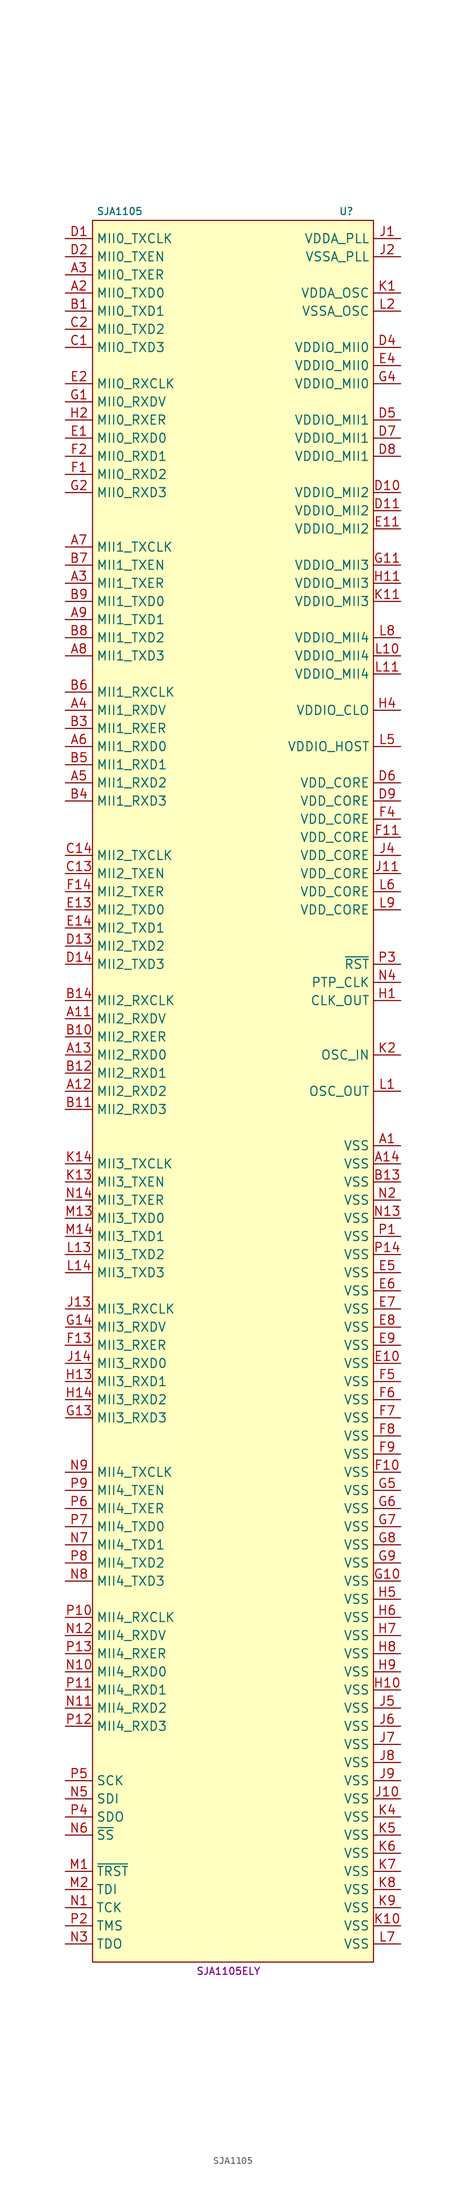
<source format=kicad_sym>
(kicad_symbol_lib
  (version 20220914)
  (generator kicad_symbol_editor)
  (symbol "SJA1105"
    (property "Reference" "U"
      (at 16.51 129.54 0)
      (effects (font (size 0.991 0.991))))
    (property "Value" "SJA1105"
      (at -15.24 129.54 0)
      (effects (font (size 0.991 0.991))))
    (property "MPN" "SJA1105ELY"
      (at 0 -116.84 0)
      (effects (font (size 0.991 0.991))))
    (symbol "SJA1105_0_1"
      (rectangle (start -19.05 128.27) (end 20.32 -115.57) (stroke (width 0) (type default)) (fill (type background))))
    (symbol "SJA1105_1_1"
      (pin power_in line (at 24.13 -1.27 180) (length 3.81) (name "VSS" (effects (font (size 1.27 1.27)))) (number "A1" (effects (font (size 1.27 1.27)))))
      (pin input line (at -22.86 16.51 0) (length 3.81) (name "MII2_RXDV" (effects (font (size 1.27 1.27)))) (number "A11" (effects (font (size 1.27 1.27)))))
      (pin input line (at -22.86 6.35 0) (length 3.81) (name "MII2_RXD2" (effects (font (size 1.27 1.27)))) (number "A12" (effects (font (size 1.27 1.27)))))
      (pin input line (at -22.86 11.43 0) (length 3.81) (name "MII2_RXD0" (effects (font (size 1.27 1.27)))) (number "A13" (effects (font (size 1.27 1.27)))))
      (pin power_in line (at 24.13 -3.81 180) (length 3.81) (name "VSS" (effects (font (size 1.27 1.27)))) (number "A14" (effects (font (size 1.27 1.27)))))
      (pin output line (at -22.86 118.11 0) (length 3.81) (name "MII0_TXD0" (effects (font (size 1.27 1.27)))) (number "A2" (effects (font (size 1.27 1.27)))))
      (pin output line (at -22.86 120.65 0) (length 3.81) (name "MII0_TXER" (effects (font (size 1.27 1.27)))) (number "A3" (effects (font (size 1.27 1.27)))))
      (pin output line (at -22.86 77.47 0) (length 3.81) (name "MII1_TXER" (effects (font (size 1.27 1.27)))) (number "A3" (effects (font (size 1.27 1.27)))))
      (pin input line (at -22.86 59.69 0) (length 3.81) (name "MII1_RXDV" (effects (font (size 1.27 1.27)))) (number "A4" (effects (font (size 1.27 1.27)))))
      (pin input line (at -22.86 49.53 0) (length 3.81) (name "MII1_RXD2" (effects (font (size 1.27 1.27)))) (number "A5" (effects (font (size 1.27 1.27)))))
      (pin input line (at -22.86 54.61 0) (length 3.81) (name "MII1_RXD0" (effects (font (size 1.27 1.27)))) (number "A6" (effects (font (size 1.27 1.27)))))
      (pin bidirectional line (at -22.86 82.55 0) (length 3.81) (name "MII1_TXCLK" (effects (font (size 1.27 1.27)))) (number "A7" (effects (font (size 1.27 1.27)))))
      (pin output line (at -22.86 67.31 0) (length 3.81) (name "MII1_TXD3" (effects (font (size 1.27 1.27)))) (number "A8" (effects (font (size 1.27 1.27)))))
      (pin output line (at -22.86 72.39 0) (length 3.81) (name "MII1_TXD1" (effects (font (size 1.27 1.27)))) (number "A9" (effects (font (size 1.27 1.27)))))
      (pin output line (at -22.86 115.57 0) (length 3.81) (name "MII0_TXD1" (effects (font (size 1.27 1.27)))) (number "B1" (effects (font (size 1.27 1.27)))))
      (pin input line (at -22.86 13.97 0) (length 3.81) (name "MII2_RXER" (effects (font (size 1.27 1.27)))) (number "B10" (effects (font (size 1.27 1.27)))))
      (pin input line (at -22.86 3.81 0) (length 3.81) (name "MII2_RXD3" (effects (font (size 1.27 1.27)))) (number "B11" (effects (font (size 1.27 1.27)))))
      (pin input line (at -22.86 8.89 0) (length 3.81) (name "MII2_RXD1" (effects (font (size 1.27 1.27)))) (number "B12" (effects (font (size 1.27 1.27)))))
      (pin power_in line (at 24.13 -6.35 180) (length 3.81) (name "VSS" (effects (font (size 1.27 1.27)))) (number "B13" (effects (font (size 1.27 1.27)))))
      (pin bidirectional line (at -22.86 19.05 0) (length 3.81) (name "MII2_RXCLK" (effects (font (size 1.27 1.27)))) (number "B14" (effects (font (size 1.27 1.27)))))
      (pin input line (at -22.86 57.15 0) (length 3.81) (name "MII1_RXER" (effects (font (size 1.27 1.27)))) (number "B3" (effects (font (size 1.27 1.27)))))
      (pin input line (at -22.86 46.99 0) (length 3.81) (name "MII1_RXD3" (effects (font (size 1.27 1.27)))) (number "B4" (effects (font (size 1.27 1.27)))))
      (pin input line (at -22.86 52.07 0) (length 3.81) (name "MII1_RXD1" (effects (font (size 1.27 1.27)))) (number "B5" (effects (font (size 1.27 1.27)))))
      (pin bidirectional line (at -22.86 62.23 0) (length 3.81) (name "MII1_RXCLK" (effects (font (size 1.27 1.27)))) (number "B6" (effects (font (size 1.27 1.27)))))
      (pin bidirectional line (at -22.86 80.01 0) (length 3.81) (name "MII1_TXEN" (effects (font (size 1.27 1.27)))) (number "B7" (effects (font (size 1.27 1.27)))))
      (pin output line (at -22.86 69.85 0) (length 3.81) (name "MII1_TXD2" (effects (font (size 1.27 1.27)))) (number "B8" (effects (font (size 1.27 1.27)))))
      (pin output line (at -22.86 74.93 0) (length 3.81) (name "MII1_TXD0" (effects (font (size 1.27 1.27)))) (number "B9" (effects (font (size 1.27 1.27)))))
      (pin output line (at -22.86 110.49 0) (length 3.81) (name "MII0_TXD3" (effects (font (size 1.27 1.27)))) (number "C1" (effects (font (size 1.27 1.27)))))
      (pin bidirectional line (at -22.86 36.83 0) (length 3.81) (name "MII2_TXEN" (effects (font (size 1.27 1.27)))) (number "C13" (effects (font (size 1.27 1.27)))))
      (pin bidirectional line (at -22.86 39.37 0) (length 3.81) (name "MII2_TXCLK" (effects (font (size 1.27 1.27)))) (number "C14" (effects (font (size 1.27 1.27)))))
      (pin output line (at -22.86 113.03 0) (length 3.81) (name "MII0_TXD2" (effects (font (size 1.27 1.27)))) (number "C2" (effects (font (size 1.27 1.27)))))
      (pin bidirectional line (at -22.86 125.73 0) (length 3.81) (name "MII0_TXCLK" (effects (font (size 1.27 1.27)))) (number "D1" (effects (font (size 1.27 1.27)))))
      (pin power_in line (at 24.13 90.17 180) (length 3.81) (name "VDDIO_MII2" (effects (font (size 1.27 1.27)))) (number "D10" (effects (font (size 1.27 1.27)))))
      (pin power_in line (at 24.13 87.63 180) (length 3.81) (name "VDDIO_MII2" (effects (font (size 1.27 1.27)))) (number "D11" (effects (font (size 1.27 1.27)))))
      (pin output line (at -22.86 26.67 0) (length 3.81) (name "MII2_TXD2" (effects (font (size 1.27 1.27)))) (number "D13" (effects (font (size 1.27 1.27)))))
      (pin output line (at -22.86 24.13 0) (length 3.81) (name "MII2_TXD3" (effects (font (size 1.27 1.27)))) (number "D14" (effects (font (size 1.27 1.27)))))
      (pin bidirectional line (at -22.86 123.19 0) (length 3.81) (name "MII0_TXEN" (effects (font (size 1.27 1.27)))) (number "D2" (effects (font (size 1.27 1.27)))))
      (pin power_in line (at 24.13 110.49 180) (length 3.81) (name "VDDIO_MII0" (effects (font (size 1.27 1.27)))) (number "D4" (effects (font (size 1.27 1.27)))))
      (pin power_in line (at 24.13 100.33 180) (length 3.81) (name "VDDIO_MII1" (effects (font (size 1.27 1.27)))) (number "D5" (effects (font (size 1.27 1.27)))))
      (pin power_in line (at 24.13 49.53 180) (length 3.81) (name "VDD_CORE" (effects (font (size 1.27 1.27)))) (number "D6" (effects (font (size 1.27 1.27)))))
      (pin power_in line (at 24.13 97.79 180) (length 3.81) (name "VDDIO_MII1" (effects (font (size 1.27 1.27)))) (number "D7" (effects (font (size 1.27 1.27)))))
      (pin power_in line (at 24.13 95.25 180) (length 3.81) (name "VDDIO_MII1" (effects (font (size 1.27 1.27)))) (number "D8" (effects (font (size 1.27 1.27)))))
      (pin power_in line (at 24.13 46.99 180) (length 3.81) (name "VDD_CORE" (effects (font (size 1.27 1.27)))) (number "D9" (effects (font (size 1.27 1.27)))))
      (pin input line (at -22.86 97.79 0) (length 3.81) (name "MII0_RXD0" (effects (font (size 1.27 1.27)))) (number "E1" (effects (font (size 1.27 1.27)))))
      (pin power_in line (at 24.13 -31.75 180) (length 3.81) (name "VSS" (effects (font (size 1.27 1.27)))) (number "E10" (effects (font (size 1.27 1.27)))))
      (pin power_in line (at 24.13 85.09 180) (length 3.81) (name "VDDIO_MII2" (effects (font (size 1.27 1.27)))) (number "E11" (effects (font (size 1.27 1.27)))))
      (pin output line (at -22.86 31.75 0) (length 3.81) (name "MII2_TXD0" (effects (font (size 1.27 1.27)))) (number "E13" (effects (font (size 1.27 1.27)))))
      (pin output line (at -22.86 29.21 0) (length 3.81) (name "MII2_TXD1" (effects (font (size 1.27 1.27)))) (number "E14" (effects (font (size 1.27 1.27)))))
      (pin bidirectional line (at -22.86 105.41 0) (length 3.81) (name "MII0_RXCLK" (effects (font (size 1.27 1.27)))) (number "E2" (effects (font (size 1.27 1.27)))))
      (pin power_in line (at 24.13 107.95 180) (length 3.81) (name "VDDIO_MII0" (effects (font (size 1.27 1.27)))) (number "E4" (effects (font (size 1.27 1.27)))))
      (pin power_in line (at 24.13 -19.05 180) (length 3.81) (name "VSS" (effects (font (size 1.27 1.27)))) (number "E5" (effects (font (size 1.27 1.27)))))
      (pin power_in line (at 24.13 -21.59 180) (length 3.81) (name "VSS" (effects (font (size 1.27 1.27)))) (number "E6" (effects (font (size 1.27 1.27)))))
      (pin power_in line (at 24.13 -24.13 180) (length 3.81) (name "VSS" (effects (font (size 1.27 1.27)))) (number "E7" (effects (font (size 1.27 1.27)))))
      (pin power_in line (at 24.13 -26.67 180) (length 3.81) (name "VSS" (effects (font (size 1.27 1.27)))) (number "E8" (effects (font (size 1.27 1.27)))))
      (pin power_in line (at 24.13 -29.21 180) (length 3.81) (name "VSS" (effects (font (size 1.27 1.27)))) (number "E9" (effects (font (size 1.27 1.27)))))
      (pin input line (at -22.86 92.71 0) (length 3.81) (name "MII0_RXD2" (effects (font (size 1.27 1.27)))) (number "F1" (effects (font (size 1.27 1.27)))))
      (pin power_in line (at 24.13 -46.99 180) (length 3.81) (name "VSS" (effects (font (size 1.27 1.27)))) (number "F10" (effects (font (size 1.27 1.27)))))
      (pin power_in line (at 24.13 41.91 180) (length 3.81) (name "VDD_CORE" (effects (font (size 1.27 1.27)))) (number "F11" (effects (font (size 1.27 1.27)))))
      (pin input line (at -22.86 -29.21 0) (length 3.81) (name "MII3_RXER" (effects (font (size 1.27 1.27)))) (number "F13" (effects (font (size 1.27 1.27)))))
      (pin output line (at -22.86 34.29 0) (length 3.81) (name "MII2_TXER" (effects (font (size 1.27 1.27)))) (number "F14" (effects (font (size 1.27 1.27)))))
      (pin input line (at -22.86 95.25 0) (length 3.81) (name "MII0_RXD1" (effects (font (size 1.27 1.27)))) (number "F2" (effects (font (size 1.27 1.27)))))
      (pin power_in line (at 24.13 44.45 180) (length 3.81) (name "VDD_CORE" (effects (font (size 1.27 1.27)))) (number "F4" (effects (font (size 1.27 1.27)))))
      (pin power_in line (at 24.13 -34.29 180) (length 3.81) (name "VSS" (effects (font (size 1.27 1.27)))) (number "F5" (effects (font (size 1.27 1.27)))))
      (pin power_in line (at 24.13 -36.83 180) (length 3.81) (name "VSS" (effects (font (size 1.27 1.27)))) (number "F6" (effects (font (size 1.27 1.27)))))
      (pin power_in line (at 24.13 -39.37 180) (length 3.81) (name "VSS" (effects (font (size 1.27 1.27)))) (number "F7" (effects (font (size 1.27 1.27)))))
      (pin power_in line (at 24.13 -41.91 180) (length 3.81) (name "VSS" (effects (font (size 1.27 1.27)))) (number "F8" (effects (font (size 1.27 1.27)))))
      (pin power_in line (at 24.13 -44.45 180) (length 3.81) (name "VSS" (effects (font (size 1.27 1.27)))) (number "F9" (effects (font (size 1.27 1.27)))))
      (pin input line (at -22.86 102.87 0) (length 3.81) (name "MII0_RXDV" (effects (font (size 1.27 1.27)))) (number "G1" (effects (font (size 1.27 1.27)))))
      (pin power_in line (at 24.13 -62.23 180) (length 3.81) (name "VSS" (effects (font (size 1.27 1.27)))) (number "G10" (effects (font (size 1.27 1.27)))))
      (pin power_in line (at 24.13 80.01 180) (length 3.81) (name "VDDIO_MII3" (effects (font (size 1.27 1.27)))) (number "G11" (effects (font (size 1.27 1.27)))))
      (pin input line (at -22.86 -39.37 0) (length 3.81) (name "MII3_RXD3" (effects (font (size 1.27 1.27)))) (number "G13" (effects (font (size 1.27 1.27)))))
      (pin input line (at -22.86 -26.67 0) (length 3.81) (name "MII3_RXDV" (effects (font (size 1.27 1.27)))) (number "G14" (effects (font (size 1.27 1.27)))))
      (pin input line (at -22.86 90.17 0) (length 3.81) (name "MII0_RXD3" (effects (font (size 1.27 1.27)))) (number "G2" (effects (font (size 1.27 1.27)))))
      (pin power_in line (at 24.13 105.41 180) (length 3.81) (name "VDDIO_MII0" (effects (font (size 1.27 1.27)))) (number "G4" (effects (font (size 1.27 1.27)))))
      (pin power_in line (at 24.13 -49.53 180) (length 3.81) (name "VSS" (effects (font (size 1.27 1.27)))) (number "G5" (effects (font (size 1.27 1.27)))))
      (pin power_in line (at 24.13 -52.07 180) (length 3.81) (name "VSS" (effects (font (size 1.27 1.27)))) (number "G6" (effects (font (size 1.27 1.27)))))
      (pin power_in line (at 24.13 -54.61 180) (length 3.81) (name "VSS" (effects (font (size 1.27 1.27)))) (number "G7" (effects (font (size 1.27 1.27)))))
      (pin power_in line (at 24.13 -57.15 180) (length 3.81) (name "VSS" (effects (font (size 1.27 1.27)))) (number "G8" (effects (font (size 1.27 1.27)))))
      (pin power_in line (at 24.13 -59.69 180) (length 3.81) (name "VSS" (effects (font (size 1.27 1.27)))) (number "G9" (effects (font (size 1.27 1.27)))))
      (pin output line (at 24.13 19.05 180) (length 3.81) (name "CLK_OUT" (effects (font (size 1.27 1.27)))) (number "H1" (effects (font (size 1.27 1.27)))))
      (pin power_in line (at 24.13 -77.47 180) (length 3.81) (name "VSS" (effects (font (size 1.27 1.27)))) (number "H10" (effects (font (size 1.27 1.27)))))
      (pin power_in line (at 24.13 77.47 180) (length 3.81) (name "VDDIO_MII3" (effects (font (size 1.27 1.27)))) (number "H11" (effects (font (size 1.27 1.27)))))
      (pin input line (at -22.86 -34.29 0) (length 3.81) (name "MII3_RXD1" (effects (font (size 1.27 1.27)))) (number "H13" (effects (font (size 1.27 1.27)))))
      (pin input line (at -22.86 -36.83 0) (length 3.81) (name "MII3_RXD2" (effects (font (size 1.27 1.27)))) (number "H14" (effects (font (size 1.27 1.27)))))
      (pin input line (at -22.86 100.33 0) (length 3.81) (name "MII0_RXER" (effects (font (size 1.27 1.27)))) (number "H2" (effects (font (size 1.27 1.27)))))
      (pin power_in line (at 24.13 59.69 180) (length 3.81) (name "VDDIO_CLO" (effects (font (size 1.27 1.27)))) (number "H4" (effects (font (size 1.27 1.27)))))
      (pin power_in line (at 24.13 -64.77 180) (length 3.81) (name "VSS" (effects (font (size 1.27 1.27)))) (number "H5" (effects (font (size 1.27 1.27)))))
      (pin power_in line (at 24.13 -67.31 180) (length 3.81) (name "VSS" (effects (font (size 1.27 1.27)))) (number "H6" (effects (font (size 1.27 1.27)))))
      (pin power_in line (at 24.13 -69.85 180) (length 3.81) (name "VSS" (effects (font (size 1.27 1.27)))) (number "H7" (effects (font (size 1.27 1.27)))))
      (pin power_in line (at 24.13 -72.39 180) (length 3.81) (name "VSS" (effects (font (size 1.27 1.27)))) (number "H8" (effects (font (size 1.27 1.27)))))
      (pin power_in line (at 24.13 -74.93 180) (length 3.81) (name "VSS" (effects (font (size 1.27 1.27)))) (number "H9" (effects (font (size 1.27 1.27)))))
      (pin power_in line (at 24.13 125.73 180) (length 3.81) (name "VDDA_PLL" (effects (font (size 1.27 1.27)))) (number "J1" (effects (font (size 1.27 1.27)))))
      (pin power_in line (at 24.13 -92.71 180) (length 3.81) (name "VSS" (effects (font (size 1.27 1.27)))) (number "J10" (effects (font (size 1.27 1.27)))))
      (pin power_in line (at 24.13 36.83 180) (length 3.81) (name "VDD_CORE" (effects (font (size 1.27 1.27)))) (number "J11" (effects (font (size 1.27 1.27)))))
      (pin bidirectional line (at -22.86 -24.13 0) (length 3.81) (name "MII3_RXCLK" (effects (font (size 1.27 1.27)))) (number "J13" (effects (font (size 1.27 1.27)))))
      (pin input line (at -22.86 -31.75 0) (length 3.81) (name "MII3_RXD0" (effects (font (size 1.27 1.27)))) (number "J14" (effects (font (size 1.27 1.27)))))
      (pin power_in line (at 24.13 123.19 180) (length 3.81) (name "VSSA_PLL" (effects (font (size 1.27 1.27)))) (number "J2" (effects (font (size 1.27 1.27)))))
      (pin power_in line (at 24.13 39.37 180) (length 3.81) (name "VDD_CORE" (effects (font (size 1.27 1.27)))) (number "J4" (effects (font (size 1.27 1.27)))))
      (pin power_in line (at 24.13 -80.01 180) (length 3.81) (name "VSS" (effects (font (size 1.27 1.27)))) (number "J5" (effects (font (size 1.27 1.27)))))
      (pin power_in line (at 24.13 -82.55 180) (length 3.81) (name "VSS" (effects (font (size 1.27 1.27)))) (number "J6" (effects (font (size 1.27 1.27)))))
      (pin power_in line (at 24.13 -85.09 180) (length 3.81) (name "VSS" (effects (font (size 1.27 1.27)))) (number "J7" (effects (font (size 1.27 1.27)))))
      (pin power_in line (at 24.13 -87.63 180) (length 3.81) (name "VSS" (effects (font (size 1.27 1.27)))) (number "J8" (effects (font (size 1.27 1.27)))))
      (pin power_in line (at 24.13 -90.17 180) (length 3.81) (name "VSS" (effects (font (size 1.27 1.27)))) (number "J9" (effects (font (size 1.27 1.27)))))
      (pin power_in line (at 24.13 118.11 180) (length 3.81) (name "VDDA_OSC" (effects (font (size 1.27 1.27)))) (number "K1" (effects (font (size 1.27 1.27)))))
      (pin power_in line (at 24.13 -110.49 180) (length 3.81) (name "VSS" (effects (font (size 1.27 1.27)))) (number "K10" (effects (font (size 1.27 1.27)))))
      (pin power_in line (at 24.13 74.93 180) (length 3.81) (name "VDDIO_MII3" (effects (font (size 1.27 1.27)))) (number "K11" (effects (font (size 1.27 1.27)))))
      (pin bidirectional line (at -22.86 -6.35 0) (length 3.81) (name "MII3_TXEN" (effects (font (size 1.27 1.27)))) (number "K13" (effects (font (size 1.27 1.27)))))
      (pin bidirectional line (at -22.86 -3.81 0) (length 3.81) (name "MII3_TXCLK" (effects (font (size 1.27 1.27)))) (number "K14" (effects (font (size 1.27 1.27)))))
      (pin input line (at 24.13 11.43 180) (length 3.81) (name "OSC_IN" (effects (font (size 1.27 1.27)))) (number "K2" (effects (font (size 1.27 1.27)))))
      (pin power_in line (at 24.13 -95.25 180) (length 3.81) (name "VSS" (effects (font (size 1.27 1.27)))) (number "K4" (effects (font (size 1.27 1.27)))))
      (pin power_in line (at 24.13 -97.79 180) (length 3.81) (name "VSS" (effects (font (size 1.27 1.27)))) (number "K5" (effects (font (size 1.27 1.27)))))
      (pin power_in line (at 24.13 -100.33 180) (length 3.81) (name "VSS" (effects (font (size 1.27 1.27)))) (number "K6" (effects (font (size 1.27 1.27)))))
      (pin power_in line (at 24.13 -102.87 180) (length 3.81) (name "VSS" (effects (font (size 1.27 1.27)))) (number "K7" (effects (font (size 1.27 1.27)))))
      (pin power_in line (at 24.13 -105.41 180) (length 3.81) (name "VSS" (effects (font (size 1.27 1.27)))) (number "K8" (effects (font (size 1.27 1.27)))))
      (pin power_in line (at 24.13 -107.95 180) (length 3.81) (name "VSS" (effects (font (size 1.27 1.27)))) (number "K9" (effects (font (size 1.27 1.27)))))
      (pin output line (at 24.13 6.35 180) (length 3.81) (name "OSC_OUT" (effects (font (size 1.27 1.27)))) (number "L1" (effects (font (size 1.27 1.27)))))
      (pin power_in line (at 24.13 67.31 180) (length 3.81) (name "VDDIO_MII4" (effects (font (size 1.27 1.27)))) (number "L10" (effects (font (size 1.27 1.27)))))
      (pin power_in line (at 24.13 64.77 180) (length 3.81) (name "VDDIO_MII4" (effects (font (size 1.27 1.27)))) (number "L11" (effects (font (size 1.27 1.27)))))
      (pin output line (at -22.86 -16.51 0) (length 3.81) (name "MII3_TXD2" (effects (font (size 1.27 1.27)))) (number "L13" (effects (font (size 1.27 1.27)))))
      (pin output line (at -22.86 -19.05 0) (length 3.81) (name "MII3_TXD3" (effects (font (size 1.27 1.27)))) (number "L14" (effects (font (size 1.27 1.27)))))
      (pin power_in line (at 24.13 115.57 180) (length 3.81) (name "VSSA_OSC" (effects (font (size 1.27 1.27)))) (number "L2" (effects (font (size 1.27 1.27)))))
      (pin power_in line (at 24.13 54.61 180) (length 3.81) (name "VDDIO_HOST" (effects (font (size 1.27 1.27)))) (number "L5" (effects (font (size 1.27 1.27)))))
      (pin power_in line (at 24.13 34.29 180) (length 3.81) (name "VDD_CORE" (effects (font (size 1.27 1.27)))) (number "L6" (effects (font (size 1.27 1.27)))))
      (pin power_in line (at 24.13 -113.03 180) (length 3.81) (name "VSS" (effects (font (size 1.27 1.27)))) (number "L7" (effects (font (size 1.27 1.27)))))
      (pin power_in line (at 24.13 69.85 180) (length 3.81) (name "VDDIO_MII4" (effects (font (size 1.27 1.27)))) (number "L8" (effects (font (size 1.27 1.27)))))
      (pin power_in line (at 24.13 31.75 180) (length 3.81) (name "VDD_CORE" (effects (font (size 1.27 1.27)))) (number "L9" (effects (font (size 1.27 1.27)))))
      (pin input line (at -22.86 -102.87 0) (length 3.81) (name "~{TRST}" (effects (font (size 1.27 1.27)))) (number "M1" (effects (font (size 1.27 1.27)))))
      (pin output line (at -22.86 -11.43 0) (length 3.81) (name "MII3_TXD0" (effects (font (size 1.27 1.27)))) (number "M13" (effects (font (size 1.27 1.27)))))
      (pin output line (at -22.86 -13.97 0) (length 3.81) (name "MII3_TXD1" (effects (font (size 1.27 1.27)))) (number "M14" (effects (font (size 1.27 1.27)))))
      (pin input line (at -22.86 -105.41 0) (length 3.81) (name "TDI" (effects (font (size 1.27 1.27)))) (number "M2" (effects (font (size 1.27 1.27)))))
      (pin input line (at -22.86 -107.95 0) (length 3.81) (name "TCK" (effects (font (size 1.27 1.27)))) (number "N1" (effects (font (size 1.27 1.27)))))
      (pin input line (at -22.86 -74.93 0) (length 3.81) (name "MII4_RXD0" (effects (font (size 1.27 1.27)))) (number "N10" (effects (font (size 1.27 1.27)))))
      (pin input line (at -22.86 -80.01 0) (length 3.81) (name "MII4_RXD2" (effects (font (size 1.27 1.27)))) (number "N11" (effects (font (size 1.27 1.27)))))
      (pin input line (at -22.86 -69.85 0) (length 3.81) (name "MII4_RXDV" (effects (font (size 1.27 1.27)))) (number "N12" (effects (font (size 1.27 1.27)))))
      (pin power_in line (at 24.13 -11.43 180) (length 3.81) (name "VSS" (effects (font (size 1.27 1.27)))) (number "N13" (effects (font (size 1.27 1.27)))))
      (pin output line (at -22.86 -8.89 0) (length 3.81) (name "MII3_TXER" (effects (font (size 1.27 1.27)))) (number "N14" (effects (font (size 1.27 1.27)))))
      (pin power_in line (at 24.13 -8.89 180) (length 3.81) (name "VSS" (effects (font (size 1.27 1.27)))) (number "N2" (effects (font (size 1.27 1.27)))))
      (pin output line (at -22.86 -113.03 0) (length 3.81) (name "TDO" (effects (font (size 1.27 1.27)))) (number "N3" (effects (font (size 1.27 1.27)))))
      (pin output line (at 24.13 21.59 180) (length 3.81) (name "PTP_CLK" (effects (font (size 1.27 1.27)))) (number "N4" (effects (font (size 1.27 1.27)))))
      (pin input line (at -22.86 -92.71 0) (length 3.81) (name "SDI" (effects (font (size 1.27 1.27)))) (number "N5" (effects (font (size 1.27 1.27)))))
      (pin input line (at -22.86 -97.79 0) (length 3.81) (name "~{SS}" (effects (font (size 1.27 1.27)))) (number "N6" (effects (font (size 1.27 1.27)))))
      (pin output line (at -22.86 -57.15 0) (length 3.81) (name "MII4_TXD1" (effects (font (size 1.27 1.27)))) (number "N7" (effects (font (size 1.27 1.27)))))
      (pin output line (at -22.86 -62.23 0) (length 3.81) (name "MII4_TXD3" (effects (font (size 1.27 1.27)))) (number "N8" (effects (font (size 1.27 1.27)))))
      (pin bidirectional line (at -22.86 -46.99 0) (length 3.81) (name "MII4_TXCLK" (effects (font (size 1.27 1.27)))) (number "N9" (effects (font (size 1.27 1.27)))))
      (pin power_in line (at 24.13 -13.97 180) (length 3.81) (name "VSS" (effects (font (size 1.27 1.27)))) (number "P1" (effects (font (size 1.27 1.27)))))
      (pin bidirectional line (at -22.86 -67.31 0) (length 3.81) (name "MII4_RXCLK" (effects (font (size 1.27 1.27)))) (number "P10" (effects (font (size 1.27 1.27)))))
      (pin input line (at -22.86 -77.47 0) (length 3.81) (name "MII4_RXD1" (effects (font (size 1.27 1.27)))) (number "P11" (effects (font (size 1.27 1.27)))))
      (pin input line (at -22.86 -82.55 0) (length 3.81) (name "MII4_RXD3" (effects (font (size 1.27 1.27)))) (number "P12" (effects (font (size 1.27 1.27)))))
      (pin input line (at -22.86 -72.39 0) (length 3.81) (name "MII4_RXER" (effects (font (size 1.27 1.27)))) (number "P13" (effects (font (size 1.27 1.27)))))
      (pin power_in line (at 24.13 -16.51 180) (length 3.81) (name "VSS" (effects (font (size 1.27 1.27)))) (number "P14" (effects (font (size 1.27 1.27)))))
      (pin input line (at -22.86 -110.49 0) (length 3.81) (name "TMS" (effects (font (size 1.27 1.27)))) (number "P2" (effects (font (size 1.27 1.27)))))
      (pin input line (at 24.13 24.13 180) (length 3.81) (name "~{RST}" (effects (font (size 1.27 1.27)))) (number "P3" (effects (font (size 1.27 1.27)))))
      (pin output line (at -22.86 -95.25 0) (length 3.81) (name "SDO" (effects (font (size 1.27 1.27)))) (number "P4" (effects (font (size 1.27 1.27)))))
      (pin input line (at -22.86 -90.17 0) (length 3.81) (name "SCK" (effects (font (size 1.27 1.27)))) (number "P5" (effects (font (size 1.27 1.27)))))
      (pin output line (at -22.86 -52.07 0) (length 3.81) (name "MII4_TXER" (effects (font (size 1.27 1.27)))) (number "P6" (effects (font (size 1.27 1.27)))))
      (pin output line (at -22.86 -54.61 0) (length 3.81) (name "MII4_TXD0" (effects (font (size 1.27 1.27)))) (number "P7" (effects (font (size 1.27 1.27)))))
      (pin output line (at -22.86 -59.69 0) (length 3.81) (name "MII4_TXD2" (effects (font (size 1.27 1.27)))) (number "P8" (effects (font (size 1.27 1.27)))))
      (pin bidirectional line (at -22.86 -49.53 0) (length 3.81) (name "MII4_TXEN" (effects (font (size 1.27 1.27)))) (number "P9" (effects (font (size 1.27 1.27))))))))
</source>
